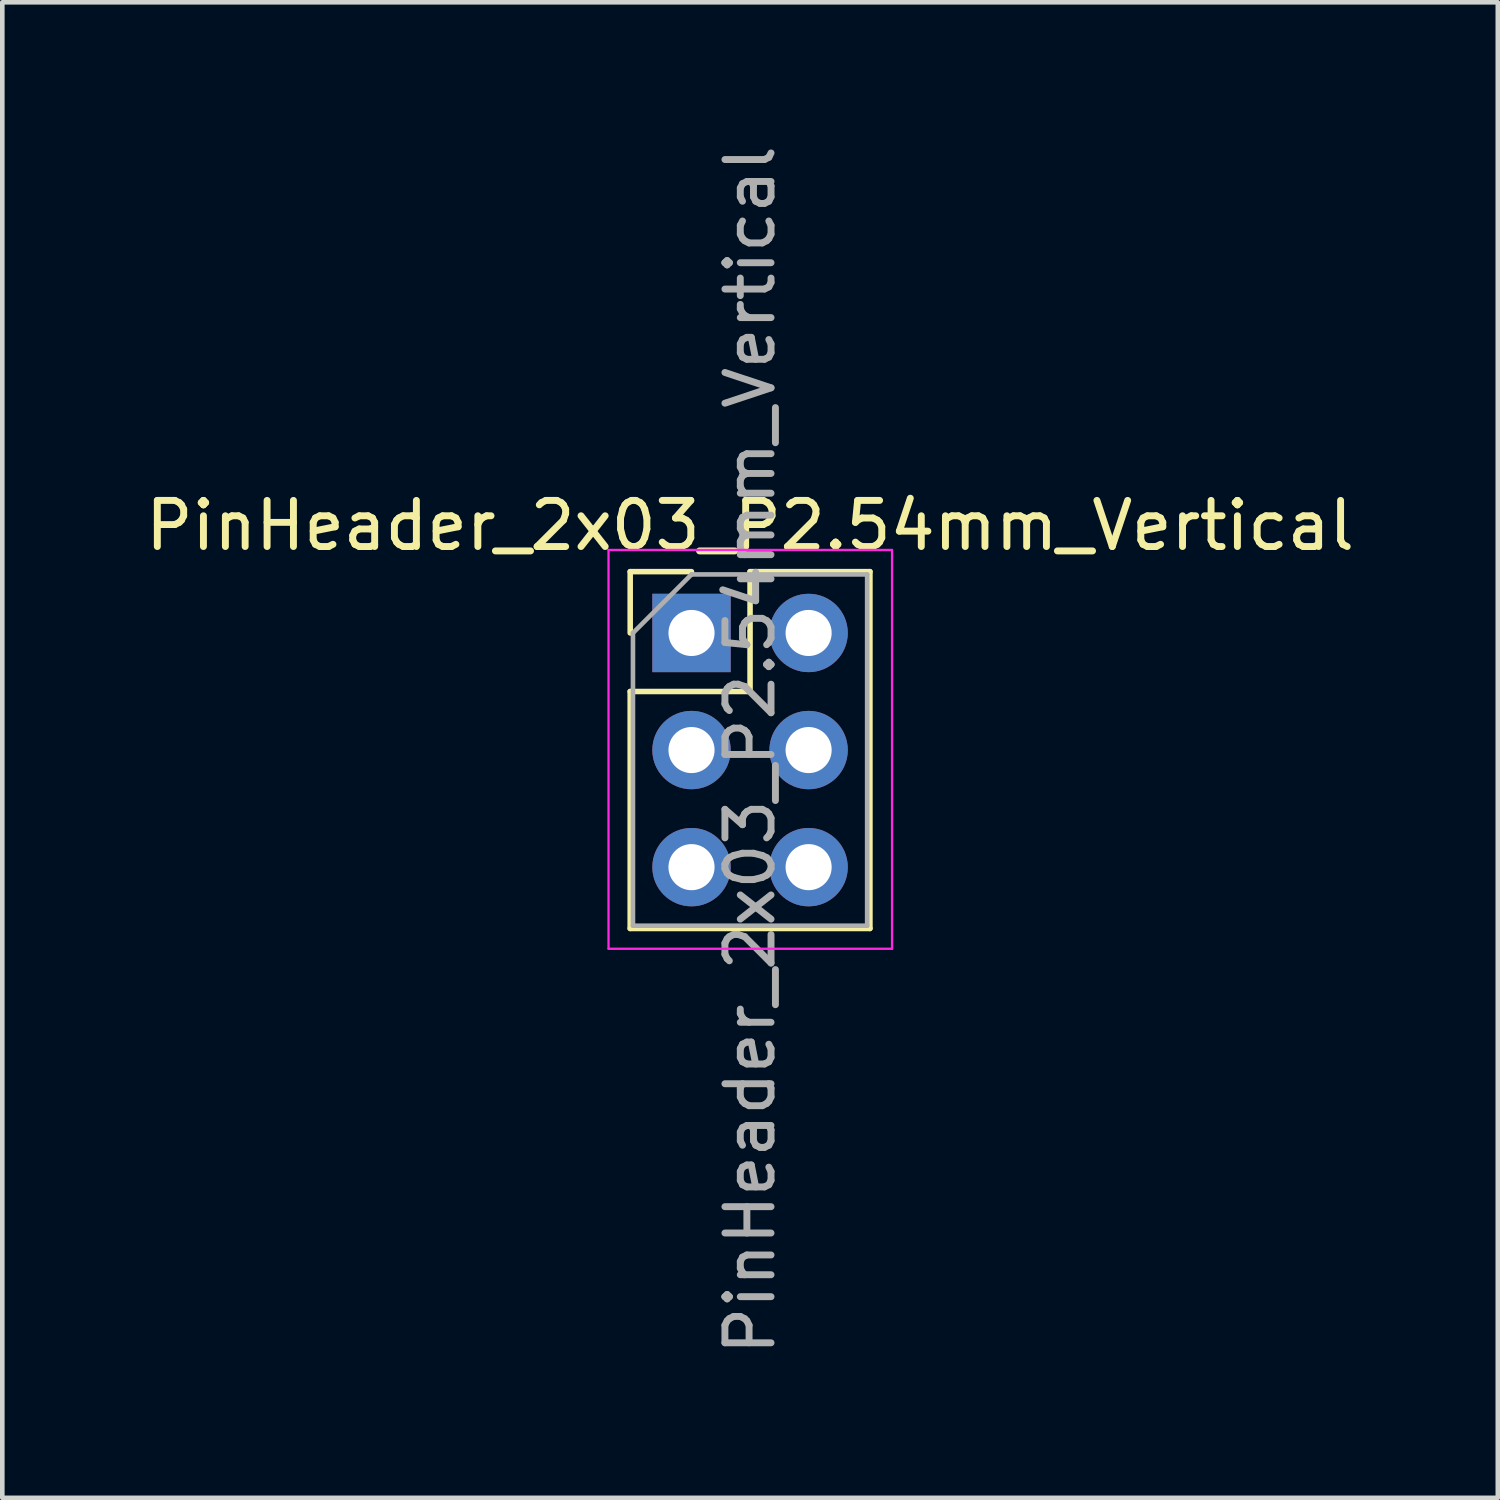
<source format=kicad_pcb>
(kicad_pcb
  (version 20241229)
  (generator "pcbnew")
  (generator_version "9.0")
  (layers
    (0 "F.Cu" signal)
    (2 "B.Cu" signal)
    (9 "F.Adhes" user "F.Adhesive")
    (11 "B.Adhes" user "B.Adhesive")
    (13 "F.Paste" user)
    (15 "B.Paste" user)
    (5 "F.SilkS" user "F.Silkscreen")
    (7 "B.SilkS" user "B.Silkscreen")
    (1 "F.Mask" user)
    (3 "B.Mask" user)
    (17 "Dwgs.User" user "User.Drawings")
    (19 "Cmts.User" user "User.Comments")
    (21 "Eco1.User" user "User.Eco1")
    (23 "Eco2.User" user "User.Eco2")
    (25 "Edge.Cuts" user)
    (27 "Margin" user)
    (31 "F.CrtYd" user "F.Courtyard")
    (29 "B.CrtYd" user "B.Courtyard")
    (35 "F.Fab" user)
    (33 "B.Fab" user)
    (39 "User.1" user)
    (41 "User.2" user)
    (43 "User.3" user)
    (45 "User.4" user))
  (footprint "PinHeader_2x03_P2.54mm_Vertical"
    (layer "F.Cu")
    (at 11.95 10.68)
    (property "Reference" "PinHeader_2x03_P2.54mm_Vertical" (at 1.27 -2.33 0) (layer "F.SilkS") (effects (font (size 1 1) (thickness 0.15))))
    (attr through_hole)
    (fp_line (start -1.33 -1.33) (end 0 -1.33) (stroke (width 0.12) (type solid)) (layer "F.SilkS"))
    (fp_line (start -1.33 0) (end -1.33 -1.33) (stroke (width 0.12) (type solid)) (layer "F.SilkS"))
    (fp_line (start -1.33 1.27) (end -1.33 6.41) (stroke (width 0.12) (type solid)) (layer "F.SilkS"))
    (fp_line (start -1.33 1.27) (end 1.27 1.27) (stroke (width 0.12) (type solid)) (layer "F.SilkS"))
    (fp_line (start -1.33 6.41) (end 3.87 6.41) (stroke (width 0.12) (type solid)) (layer "F.SilkS"))
    (fp_line (start 1.27 -1.33) (end 3.87 -1.33) (stroke (width 0.12) (type solid)) (layer "F.SilkS"))
    (fp_line (start 1.27 1.27) (end 1.27 -1.33) (stroke (width 0.12) (type solid)) (layer "F.SilkS"))
    (fp_line (start 3.87 -1.33) (end 3.87 6.41) (stroke (width 0.12) (type solid)) (layer "F.SilkS"))
    (fp_line (start -1.8 -1.8) (end -1.8 6.85) (stroke (width 0.05) (type solid)) (layer "F.CrtYd"))
    (fp_line (start -1.8 6.85) (end 4.35 6.85) (stroke (width 0.05) (type solid)) (layer "F.CrtYd"))
    (fp_line (start 4.35 -1.8) (end -1.8 -1.8) (stroke (width 0.05) (type solid)) (layer "F.CrtYd"))
    (fp_line (start 4.35 6.85) (end 4.35 -1.8) (stroke (width 0.05) (type solid)) (layer "F.CrtYd"))
    (fp_line (start -1.27 0) (end 0 -1.27) (stroke (width 0.1) (type solid)) (layer "F.Fab"))
    (fp_line (start -1.27 6.35) (end -1.27 0) (stroke (width 0.1) (type solid)) (layer "F.Fab"))
    (fp_line (start 0 -1.27) (end 3.81 -1.27) (stroke (width 0.1) (type solid)) (layer "F.Fab"))
    (fp_line (start 3.81 -1.27) (end 3.81 6.35) (stroke (width 0.1) (type solid)) (layer "F.Fab"))
    (fp_line (start 3.81 6.35) (end -1.27 6.35) (stroke (width 0.1) (type solid)) (layer "F.Fab"))
    (fp_text user "${REFERENCE}" (at 1.27 2.54 90) (layer "F.Fab") (effects (font (size 1 1) (thickness 0.15))))
    (pad "1" thru_hole rect (at 0 0) (size 1.7 1.7) (drill 1) (layers "*.Cu" "*.Mask"))
    (pad "2" thru_hole oval (at 2.54 0) (size 1.7 1.7) (drill 1) (layers "*.Cu" "*.Mask"))
    (pad "3" thru_hole oval (at 0 2.54) (size 1.7 1.7) (drill 1) (layers "*.Cu" "*.Mask"))
    (pad "4" thru_hole oval (at 2.54 2.54) (size 1.7 1.7) (drill 1) (layers "*.Cu" "*.Mask"))
    (pad "5" thru_hole oval (at 0 5.08) (size 1.7 1.7) (drill 1) (layers "*.Cu" "*.Mask"))
    (pad "6" thru_hole oval (at 2.54 5.08) (size 1.7 1.7) (drill 1) (layers "*.Cu" "*.Mask")))
  (gr_rect
    (start -3 -3)
    (end 29.44 29.44)
    (stroke (width 0.1) (type default))
    (fill no)
    (layer "Edge.Cuts")))
</source>
